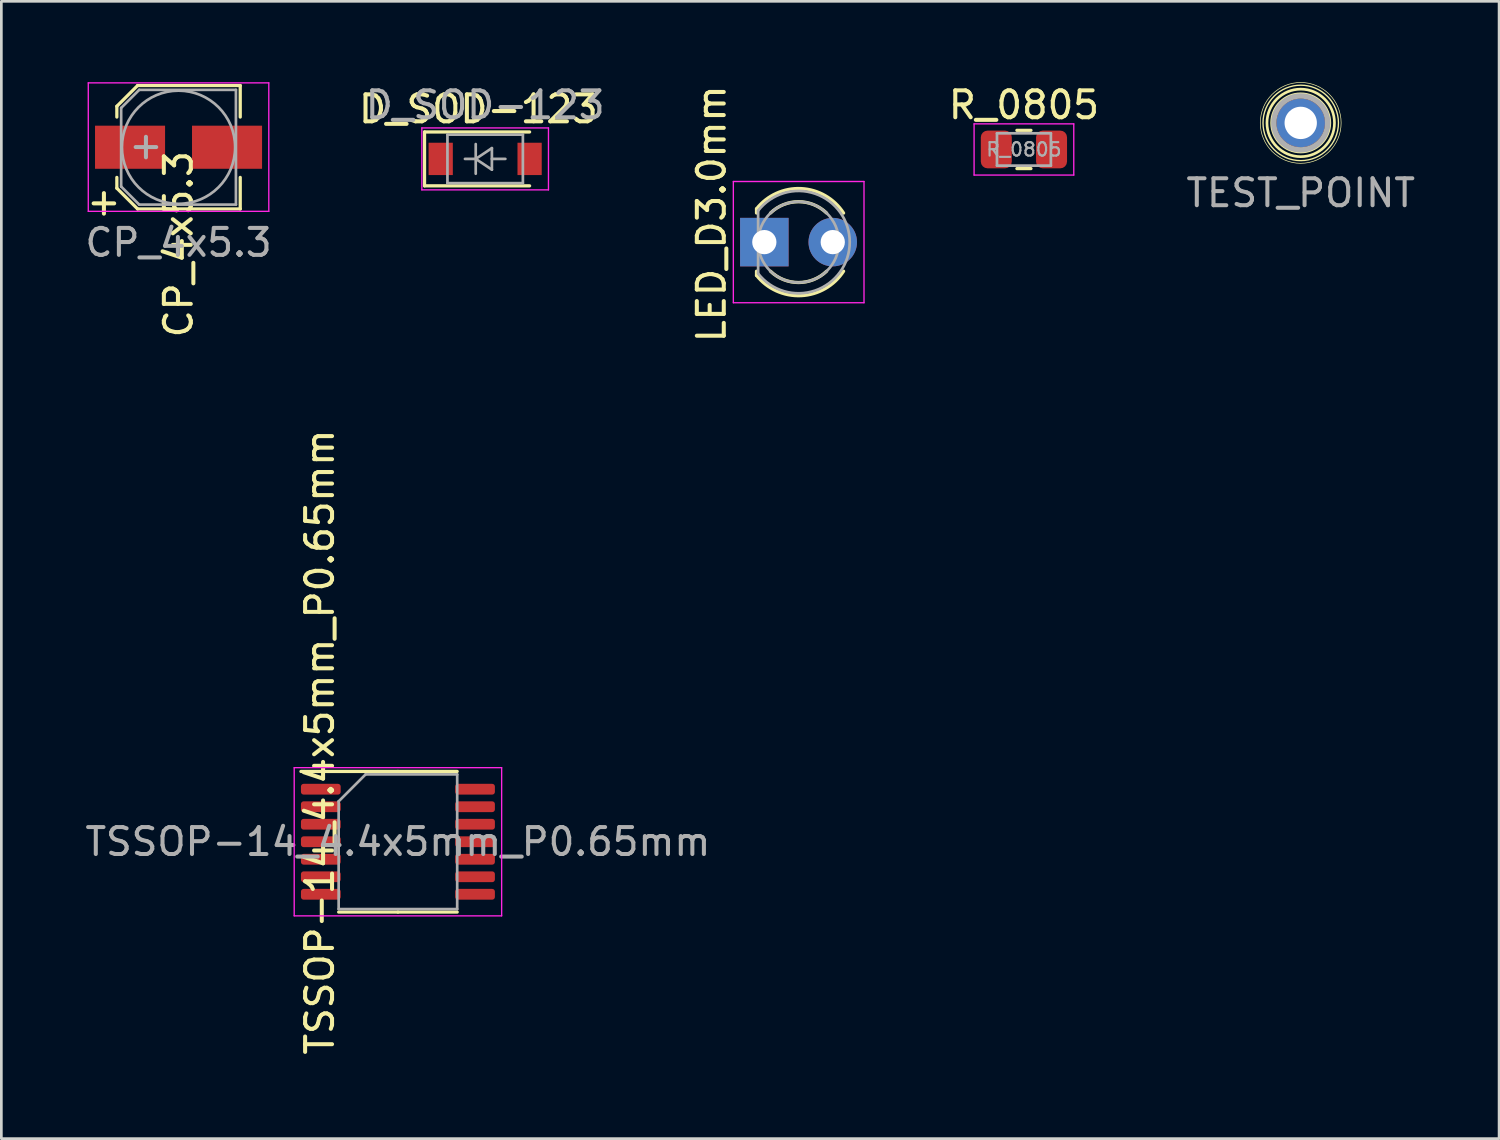
<source format=kicad_pcb>
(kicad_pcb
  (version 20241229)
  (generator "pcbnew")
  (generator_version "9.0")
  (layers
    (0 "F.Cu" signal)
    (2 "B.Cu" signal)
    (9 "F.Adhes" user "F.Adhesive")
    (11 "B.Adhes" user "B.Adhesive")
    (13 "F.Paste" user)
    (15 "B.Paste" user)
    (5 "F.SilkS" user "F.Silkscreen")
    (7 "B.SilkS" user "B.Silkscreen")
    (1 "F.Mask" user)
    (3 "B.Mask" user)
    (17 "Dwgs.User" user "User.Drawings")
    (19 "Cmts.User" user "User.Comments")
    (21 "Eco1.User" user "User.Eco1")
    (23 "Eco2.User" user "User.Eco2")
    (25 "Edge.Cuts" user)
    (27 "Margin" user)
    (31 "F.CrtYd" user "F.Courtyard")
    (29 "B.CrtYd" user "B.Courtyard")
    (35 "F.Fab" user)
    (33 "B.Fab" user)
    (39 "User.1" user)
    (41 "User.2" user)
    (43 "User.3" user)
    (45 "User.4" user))
  (footprint "TSSOP-14_4.4x5mm_P0.65mm"
    (layer "F.Cu")
    (at 11.72 28.194)
    (property "Reference" "TSSOP-14_4.4x5mm_P0.65mm" (at -2.9 -3.7 90) (layer "F.SilkS") (effects (font (size 1 1) (thickness 0.15))))
    (attr smd)
    (fp_line (start 0 -2.61) (end -3.6 -2.61) (stroke (width 0.12) (type solid)) (layer "F.SilkS"))
    (fp_line (start 0 -2.61) (end 2.2 -2.61) (stroke (width 0.12) (type solid)) (layer "F.SilkS"))
    (fp_line (start 0 2.61) (end -2.2 2.61) (stroke (width 0.12) (type solid)) (layer "F.SilkS"))
    (fp_line (start 0 2.61) (end 2.2 2.61) (stroke (width 0.12) (type solid)) (layer "F.SilkS"))
    (fp_line (start -3.85 -2.75) (end -3.85 2.75) (stroke (width 0.05) (type solid)) (layer "F.CrtYd"))
    (fp_line (start -3.85 2.75) (end 3.85 2.75) (stroke (width 0.05) (type solid)) (layer "F.CrtYd"))
    (fp_line (start 3.85 -2.75) (end -3.85 -2.75) (stroke (width 0.05) (type solid)) (layer "F.CrtYd"))
    (fp_line (start 3.85 2.75) (end 3.85 -2.75) (stroke (width 0.05) (type solid)) (layer "F.CrtYd"))
    (fp_line (start -2.2 -1.5) (end -1.2 -2.5) (stroke (width 0.1) (type solid)) (layer "F.Fab"))
    (fp_line (start -2.2 2.5) (end -2.2 -1.5) (stroke (width 0.1) (type solid)) (layer "F.Fab"))
    (fp_line (start -1.2 -2.5) (end 2.2 -2.5) (stroke (width 0.1) (type solid)) (layer "F.Fab"))
    (fp_line (start 2.2 -2.5) (end 2.2 2.5) (stroke (width 0.1) (type solid)) (layer "F.Fab"))
    (fp_line (start 2.2 2.5) (end -2.2 2.5) (stroke (width 0.1) (type solid)) (layer "F.Fab"))
    (fp_text user "${REFERENCE}" (at 0 0 0) (layer "F.Fab") (effects (font (size 1 1) (thickness 0.15))))
    (pad "1" smd roundrect (at -2.862 -1.95 180) (size 1.475 0.4) (layers "F.Cu" "F.Mask" "F.Paste") (roundrect_rratio 0.25))
    (pad "2" smd roundrect (at -2.862 -1.3 180) (size 1.475 0.4) (layers "F.Cu" "F.Mask" "F.Paste") (roundrect_rratio 0.25))
    (pad "3" smd roundrect (at -2.862 -0.65 180) (size 1.475 0.4) (layers "F.Cu" "F.Mask" "F.Paste") (roundrect_rratio 0.25))
    (pad "4" smd roundrect (at -2.862 0 180) (size 1.475 0.4) (layers "F.Cu" "F.Mask" "F.Paste") (roundrect_rratio 0.25))
    (pad "5" smd roundrect (at -2.862 0.65 180) (size 1.475 0.4) (layers "F.Cu" "F.Mask" "F.Paste") (roundrect_rratio 0.25))
    (pad "6" smd roundrect (at -2.862 1.3 180) (size 1.475 0.4) (layers "F.Cu" "F.Mask" "F.Paste") (roundrect_rratio 0.25))
    (pad "7" smd roundrect (at -2.862 1.95 180) (size 1.475 0.4) (layers "F.Cu" "F.Mask" "F.Paste") (roundrect_rratio 0.25))
    (pad "8" smd roundrect (at 2.862 1.95 180) (size 1.475 0.4) (layers "F.Cu" "F.Mask" "F.Paste") (roundrect_rratio 0.25))
    (pad "9" smd roundrect (at 2.862 1.3 180) (size 1.475 0.4) (layers "F.Cu" "F.Mask" "F.Paste") (roundrect_rratio 0.25))
    (pad "10" smd roundrect (at 2.862 0.65 180) (size 1.475 0.4) (layers "F.Cu" "F.Mask" "F.Paste") (roundrect_rratio 0.25))
    (pad "11" smd roundrect (at 2.862 0 180) (size 1.475 0.4) (layers "F.Cu" "F.Mask" "F.Paste") (roundrect_rratio 0.25))
    (pad "12" smd roundrect (at 2.862 -0.65 180) (size 1.475 0.4) (layers "F.Cu" "F.Mask" "F.Paste") (roundrect_rratio 0.25))
    (pad "13" smd roundrect (at 2.862 -1.3 180) (size 1.475 0.4) (layers "F.Cu" "F.Mask" "F.Paste") (roundrect_rratio 0.25))
    (pad "14" smd roundrect (at 2.862 -1.95 180) (size 1.475 0.4) (layers "F.Cu" "F.Mask" "F.Paste") (roundrect_rratio 0.25)))
  (footprint "CP_4x5.3"
    (layer "F.Cu")
    (at 3.577 2.415)
    (property "Reference" "CP_4x5.3" (at 0 3.6 90) (layer "F.SilkS") (effects (font (size 1 1) (thickness 0.15))))
    (attr smd)
    (fp_line (start -2.29 -1.52) (end -2.29 -1.12) (stroke (width 0.12) (type solid)) (layer "F.SilkS"))
    (fp_line (start -2.29 1.52) (end -2.29 1.12) (stroke (width 0.12) (type solid)) (layer "F.SilkS"))
    (fp_line (start -1.52 -2.29) (end -2.29 -1.52) (stroke (width 0.12) (type solid)) (layer "F.SilkS"))
    (fp_line (start -1.52 -2.29) (end 2.29 -2.29) (stroke (width 0.12) (type solid)) (layer "F.SilkS"))
    (fp_line (start -1.52 2.29) (end -2.29 1.52) (stroke (width 0.12) (type solid)) (layer "F.SilkS"))
    (fp_line (start -1.52 2.29) (end 2.29 2.29) (stroke (width 0.12) (type solid)) (layer "F.SilkS"))
    (fp_line (start 2.29 -2.29) (end 2.29 -1.12) (stroke (width 0.12) (type solid)) (layer "F.SilkS"))
    (fp_line (start 2.29 2.29) (end 2.29 1.12) (stroke (width 0.12) (type solid)) (layer "F.SilkS"))
    (fp_line (start -3.35 -2.39) (end -3.35 2.38) (stroke (width 0.05) (type solid)) (layer "F.CrtYd"))
    (fp_line (start -3.35 -2.39) (end 3.35 -2.39) (stroke (width 0.05) (type solid)) (layer "F.CrtYd"))
    (fp_line (start 3.35 2.38) (end -3.35 2.38) (stroke (width 0.05) (type solid)) (layer "F.CrtYd"))
    (fp_line (start 3.35 2.38) (end 3.35 -2.39) (stroke (width 0.05) (type solid)) (layer "F.CrtYd"))
    (fp_line (start -2.13 -1.46) (end -2.13 1.46) (stroke (width 0.1) (type solid)) (layer "F.Fab"))
    (fp_line (start -2.13 1.46) (end -1.46 2.13) (stroke (width 0.1) (type solid)) (layer "F.Fab"))
    (fp_line (start -1.46 -2.13) (end -2.13 -1.46) (stroke (width 0.1) (type solid)) (layer "F.Fab"))
    (fp_line (start -1.46 2.13) (end 2.13 2.13) (stroke (width 0.1) (type solid)) (layer "F.Fab"))
    (fp_line (start 2.13 -2.13) (end -1.46 -2.13) (stroke (width 0.1) (type solid)) (layer "F.Fab"))
    (fp_line (start 2.13 2.13) (end 2.13 -2.13) (stroke (width 0.1) (type solid)) (layer "F.Fab"))
    (fp_circle (center 0 0) (end 0 2.1) (stroke (width 0.1) (type solid)) (fill no) (layer "F.Fab"))
    (fp_text user "+" (at -2.77 2.01 0) (layer "F.SilkS") (effects (font (size 1 1) (thickness 0.15))))
    (fp_text user "${REFERENCE}" (at 0 3.54 0) (layer "F.Fab") (effects (font (size 1 1) (thickness 0.15))))
    (fp_text user "+" (at -1.21 -0.08 0) (layer "F.Fab") (effects (font (size 1 1) (thickness 0.15))))
    (pad "1" smd rect (at -1.8 0) (size 2.6 1.6) (layers "F.Cu" "F.Mask" "F.Paste"))
    (pad "2" smd rect (at 1.8 0) (size 2.6 1.6) (layers "F.Cu" "F.Mask" "F.Paste")))
  (footprint "D_SOD-123"
    (layer "F.Cu")
    (at 14.958 2.848)
    (property "Reference" "D_SOD-123" (at -0.25 -1.85 0) (layer "F.SilkS") (effects (font (size 1 1) (thickness 0.15))))
    (attr smd)
    (fp_line (start -2.25 -1) (end -2.25 1) (stroke (width 0.12) (type solid)) (layer "F.SilkS"))
    (fp_line (start -2.25 -1) (end 1.65 -1) (stroke (width 0.12) (type solid)) (layer "F.SilkS"))
    (fp_line (start -2.25 1) (end 1.65 1) (stroke (width 0.12) (type solid)) (layer "F.SilkS"))
    (fp_line (start -2.35 -1.15) (end -2.35 1.15) (stroke (width 0.05) (type solid)) (layer "F.CrtYd"))
    (fp_line (start -2.35 -1.15) (end 2.35 -1.15) (stroke (width 0.05) (type solid)) (layer "F.CrtYd"))
    (fp_line (start 2.35 -1.15) (end 2.35 1.15) (stroke (width 0.05) (type solid)) (layer "F.CrtYd"))
    (fp_line (start 2.35 1.15) (end -2.35 1.15) (stroke (width 0.05) (type solid)) (layer "F.CrtYd"))
    (fp_line (start -1.4 -0.9) (end 1.4 -0.9) (stroke (width 0.1) (type solid)) (layer "F.Fab"))
    (fp_line (start -1.4 0.9) (end -1.4 -0.9) (stroke (width 0.1) (type solid)) (layer "F.Fab"))
    (fp_line (start -0.75 0) (end -0.35 0) (stroke (width 0.1) (type solid)) (layer "F.Fab"))
    (fp_line (start -0.35 0) (end -0.35 -0.55) (stroke (width 0.1) (type solid)) (layer "F.Fab"))
    (fp_line (start -0.35 0) (end -0.35 0.55) (stroke (width 0.1) (type solid)) (layer "F.Fab"))
    (fp_line (start -0.35 0) (end 0.25 -0.4) (stroke (width 0.1) (type solid)) (layer "F.Fab"))
    (fp_line (start 0.25 -0.4) (end 0.25 0.4) (stroke (width 0.1) (type solid)) (layer "F.Fab"))
    (fp_line (start 0.25 0) (end 0.75 0) (stroke (width 0.1) (type solid)) (layer "F.Fab"))
    (fp_line (start 0.25 0.4) (end -0.35 0) (stroke (width 0.1) (type solid)) (layer "F.Fab"))
    (fp_line (start 1.4 -0.9) (end 1.4 0.9) (stroke (width 0.1) (type solid)) (layer "F.Fab"))
    (fp_line (start 1.4 0.9) (end -1.4 0.9) (stroke (width 0.1) (type solid)) (layer "F.Fab"))
    (fp_text user "${REFERENCE}" (at 0 -2 0) (layer "F.Fab") (effects (font (size 1 1) (thickness 0.15))))
    (pad "1" smd rect (at -1.65 0 180) (size 0.9 1.2) (layers "F.Cu" "F.Mask" "F.Paste"))
    (pad "2" smd rect (at 1.65 0 180) (size 0.9 1.2) (layers "F.Cu" "F.Mask" "F.Paste")))
  (footprint "LED_D3.0mm"
    (layer "F.Cu")
    (at 25.32 5.937)
    (property "Reference" "LED_D3.0mm" (at -1.96 -1.05 90) (layer "F.SilkS") (effects (font (size 1 1) (thickness 0.15))))
    (attr through_hole)
    (fp_line (start -0.29 -1.236) (end -0.29 -1.08) (stroke (width 0.12) (type solid)) (layer "F.SilkS"))
    (fp_line (start -0.29 1.08) (end -0.29 1.236) (stroke (width 0.12) (type solid)) (layer "F.SilkS"))
    (fp_arc (start -0.29 -1.235516) (mid 1.366487 -1.987659) (end 2.942335 -1.078608) (stroke (width 0.12) (type solid)) (layer "F.SilkS"))
    (fp_arc (start 0.229039 -1.08) (mid 1.270117 -1.5) (end 2.31113 -1.079837) (stroke (width 0.12) (type solid)) (layer "F.SilkS"))
    (fp_arc (start 2.31113 1.079837) (mid 1.270117 1.5) (end 0.229039 1.08) (stroke (width 0.12) (type solid)) (layer "F.SilkS"))
    (fp_arc (start 2.942335 1.078608) (mid 1.366487 1.987659) (end -0.29 1.235516) (stroke (width 0.12) (type solid)) (layer "F.SilkS"))
    (fp_line (start -1.15 -2.25) (end -1.15 2.25) (stroke (width 0.05) (type solid)) (layer "F.CrtYd"))
    (fp_line (start -1.15 2.25) (end 3.7 2.25) (stroke (width 0.05) (type solid)) (layer "F.CrtYd"))
    (fp_line (start 3.7 -2.25) (end -1.15 -2.25) (stroke (width 0.05) (type solid)) (layer "F.CrtYd"))
    (fp_line (start 3.7 2.25) (end 3.7 -2.25) (stroke (width 0.05) (type solid)) (layer "F.CrtYd"))
    (fp_line (start -0.23 -1.166) (end -0.23 1.166) (stroke (width 0.1) (type solid)) (layer "F.Fab"))
    (fp_arc (start -0.23 -1.16619) (mid 3.17 0.000452) (end -0.230555 1.165476) (stroke (width 0.1) (type solid)) (layer "F.Fab"))
    (fp_circle (center 1.27 0) (end 2.77 0) (stroke (width 0.1) (type solid)) (fill no) (layer "F.Fab"))
    (pad "1" thru_hole rect (at 0 0) (size 1.8 1.8) (drill 0.9) (layers "*.Cu" "*.Mask"))
    (pad "2" thru_hole circle (at 2.54 0) (size 1.8 1.8) (drill 0.9) (layers "*.Cu" "*.Mask")))
  (footprint "R_0805"
    (layer "F.Cu")
    (at 34.956 2.498)
    (property "Reference" "R_0805" (at 0 -1.65 0) (layer "F.SilkS") (effects (font (size 1 1) (thickness 0.15))))
    (attr smd)
    (fp_line (start -0.261 -0.71) (end 0.261 -0.71) (stroke (width 0.12) (type solid)) (layer "F.SilkS"))
    (fp_line (start -0.261 0.71) (end 0.261 0.71) (stroke (width 0.12) (type solid)) (layer "F.SilkS"))
    (fp_line (start -1.85 -0.95) (end 1.85 -0.95) (stroke (width 0.05) (type solid)) (layer "F.CrtYd"))
    (fp_line (start -1.85 0.95) (end -1.85 -0.95) (stroke (width 0.05) (type solid)) (layer "F.CrtYd"))
    (fp_line (start 1.85 -0.95) (end 1.85 0.95) (stroke (width 0.05) (type solid)) (layer "F.CrtYd"))
    (fp_line (start 1.85 0.95) (end -1.85 0.95) (stroke (width 0.05) (type solid)) (layer "F.CrtYd"))
    (fp_line (start -1 -0.6) (end 1 -0.6) (stroke (width 0.1) (type solid)) (layer "F.Fab"))
    (fp_line (start -1 0.6) (end -1 -0.6) (stroke (width 0.1) (type solid)) (layer "F.Fab"))
    (fp_line (start 1 -0.6) (end 1 0.6) (stroke (width 0.1) (type solid)) (layer "F.Fab"))
    (fp_line (start 1 0.6) (end -1 0.6) (stroke (width 0.1) (type solid)) (layer "F.Fab"))
    (fp_text user "${REFERENCE}" (at 0 0 0) (layer "F.Fab") (effects (font (size 0.5 0.5) (thickness 0.08))))
    (pad "1" smd roundrect (at -1.025 0 180) (size 1.15 1.4) (layers "F.Cu" "F.Mask" "F.Paste") (roundrect_rratio 0.217))
    (pad "2" smd roundrect (at 1.025 0 180) (size 1.15 1.4) (layers "F.Cu" "F.Mask" "F.Paste") (roundrect_rratio 0.217)))
  (footprint "TEST_POINT"
    (layer "F.Cu")
    (at 45.23 1.512)
    (property "Reference" "TEST_POINT" (at 0 2.6 0) (layer "F.Fab") (effects (font (size 1 1) (thickness 0.15))))
    (attr through_hole)
    (fp_circle (center 0 0) (end 0.9 -0.5) (stroke (width 0.2) (type solid)) (fill no) (layer "F.SilkS"))
    (fp_circle (center 0 0) (end 1.253 0) (stroke (width 0.1) (type solid)) (fill no) (layer "F.SilkS"))
    (fp_circle (center 0 0) (end 1.4 0) (stroke (width 0.05) (type solid)) (fill no) (layer "F.SilkS"))
    (fp_circle (center 0 0) (end 1.5 0) (stroke (width 0.025) (type solid)) (fill no) (layer "F.SilkS"))
    (fp_circle (center 0 0) (end 0.8 -0.6) (stroke (width 0.2) (type solid)) (fill no) (layer "F.Fab"))
    (pad "1" thru_hole circle (at 0 0) (size 1.8 1.8) (drill 1.2) (layers "*.Cu" "*.Mask")))
  (gr_rect
    (start -3 -3)
    (end 52.593 39.214)
    (stroke (width 0.1) (type default))
    (fill no)
    (layer "Edge.Cuts")))
</source>
